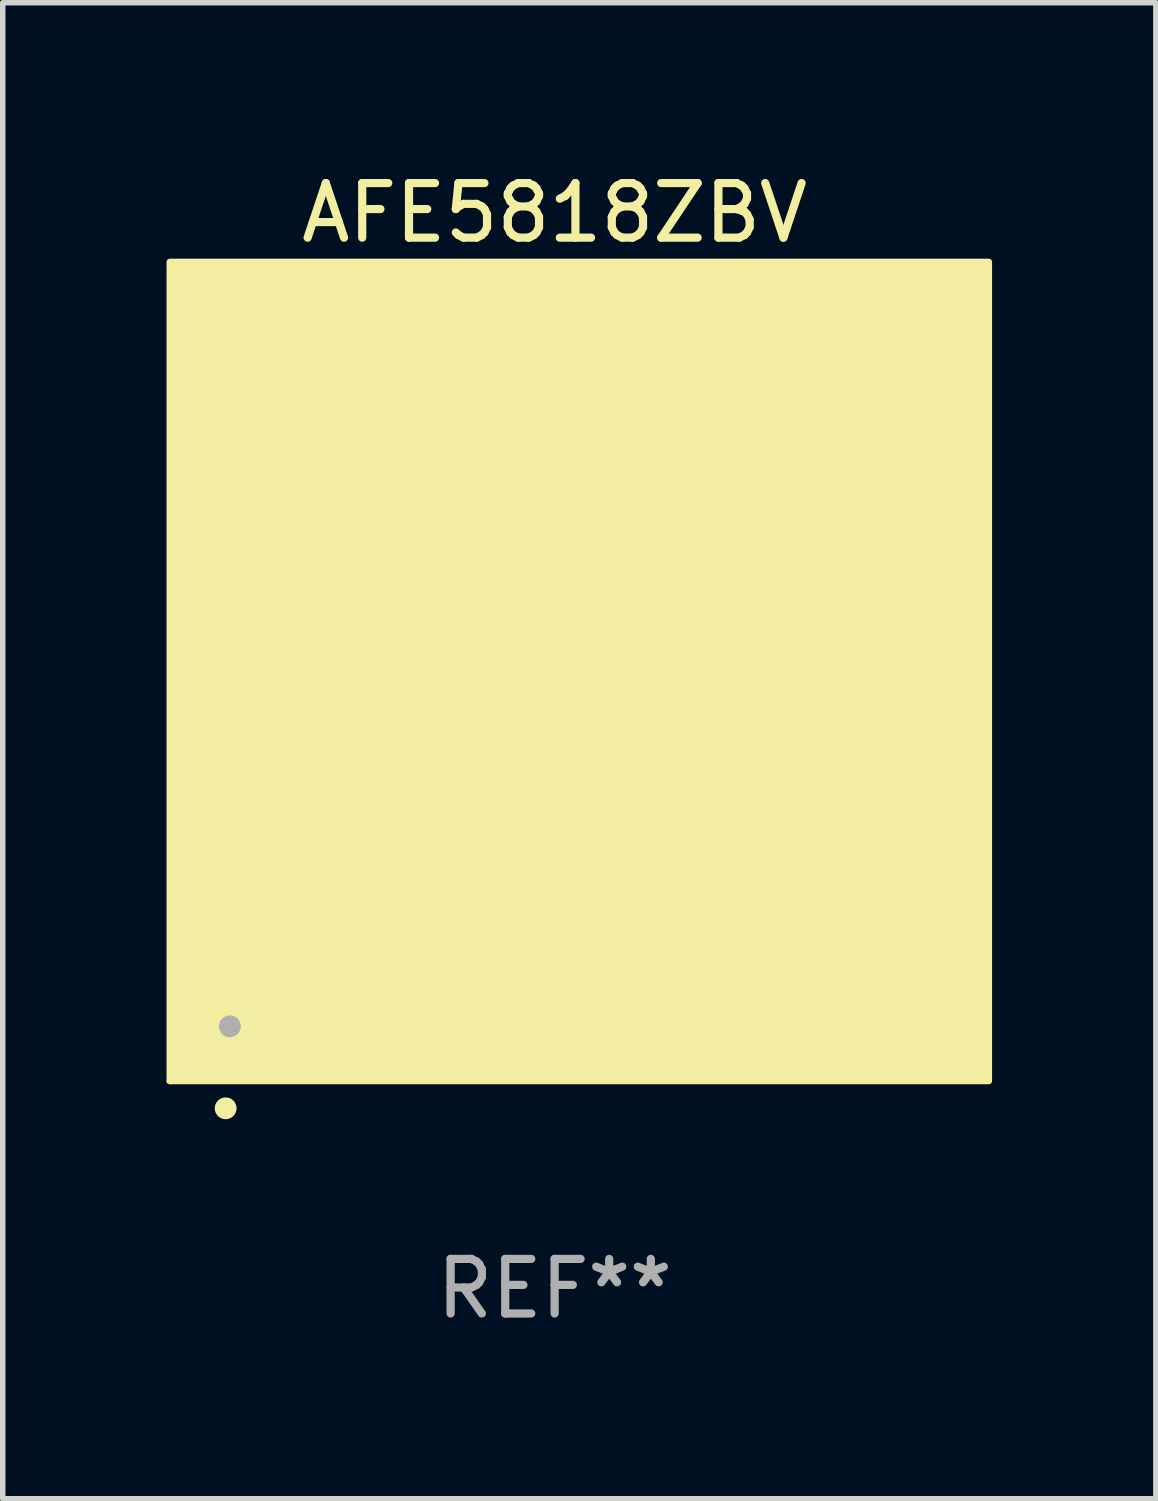
<source format=kicad_pcb>
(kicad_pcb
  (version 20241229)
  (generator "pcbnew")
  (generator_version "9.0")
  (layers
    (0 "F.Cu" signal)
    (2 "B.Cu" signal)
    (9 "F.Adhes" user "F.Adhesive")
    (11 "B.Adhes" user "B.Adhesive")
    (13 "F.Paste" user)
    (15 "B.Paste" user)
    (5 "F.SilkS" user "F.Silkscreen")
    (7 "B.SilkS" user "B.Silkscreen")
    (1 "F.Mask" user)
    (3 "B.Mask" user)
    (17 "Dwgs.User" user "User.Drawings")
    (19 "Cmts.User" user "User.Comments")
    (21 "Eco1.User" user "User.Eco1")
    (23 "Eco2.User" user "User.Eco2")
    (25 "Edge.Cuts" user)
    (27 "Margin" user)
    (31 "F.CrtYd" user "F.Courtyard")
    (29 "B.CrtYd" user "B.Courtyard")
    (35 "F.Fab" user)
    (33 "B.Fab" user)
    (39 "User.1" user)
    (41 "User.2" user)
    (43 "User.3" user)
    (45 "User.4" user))
  (footprint "AFE5818ZBV"
    (layer "F.Cu")
    (at 7.108 9.7)
    (property "Reference" "AFE5818ZBV" (at 0 -8.852 0) (layer "F.SilkS") (effects (font (size 1 1) (thickness 0.15))))
    (attr through_hole)
    (fp_line (start -6.852 6.143) (end -6.852 6.852) (stroke (width 0.152) (type solid)) (layer "F.SilkS"))
    (fp_line (start -6.852 6.852) (end -6.143 6.852) (stroke (width 0.152) (type solid)) (layer "F.SilkS"))
    (fp_circle (center -7.048 7.048) (end -7.018 7.048) (stroke (width 0.06) (type solid)) (fill no) (layer "F.SilkS"))
    (fp_circle (center -6.025 7.549) (end -5.925 7.549) (stroke (width 0.2) (type solid)) (fill no) (layer "F.SilkS"))
    (fp_poly (pts (xy -7.048 -7.952) (xy 7.952 -7.952) (xy 7.952 7.048) (xy -7.048 7.048)) (stroke (width 0.12) (type solid)) (fill yes) (layer "F.SilkS"))
    (fp_circle (center -5.948 6.048) (end -5.848 6.048) (stroke (width 0.2) (type solid)) (fill no) (layer "F.Fab"))
    (fp_text user "REF**" (at 0 10.852 0) (layer "F.Fab") (effects (font (size 1 1) (thickness 0.15))))
    (pad "A1" smd circle (at -5.948 5.948) (size 0.32 0.32) (layers "F.Cu" "F.Mask" "F.Paste"))
    (pad "A2" smd circle (at -5.948 5.148) (size 0.32 0.32) (layers "F.Cu" "F.Mask" "F.Paste"))
    (pad "A3" smd circle (at -5.948 4.348) (size 0.32 0.32) (layers "F.Cu" "F.Mask" "F.Paste"))
    (pad "A4" smd circle (at -5.948 3.548) (size 0.32 0.32) (layers "F.Cu" "F.Mask" "F.Paste"))
    (pad "A5" smd circle (at -5.948 2.748) (size 0.32 0.32) (layers "F.Cu" "F.Mask" "F.Paste"))
    (pad "A6" smd circle (at -5.948 1.948) (size 0.32 0.32) (layers "F.Cu" "F.Mask" "F.Paste"))
    (pad "A7" smd circle (at -5.948 1.148) (size 0.32 0.32) (layers "F.Cu" "F.Mask" "F.Paste"))
    (pad "A8" smd circle (at -5.948 0.348) (size 0.32 0.32) (layers "F.Cu" "F.Mask" "F.Paste"))
    (pad "A9" smd circle (at -5.948 -0.452) (size 0.32 0.32) (layers "F.Cu" "F.Mask" "F.Paste"))
    (pad "A10" smd circle (at -5.948 -1.252) (size 0.32 0.32) (layers "F.Cu" "F.Mask" "F.Paste"))
    (pad "A11" smd circle (at -5.948 -2.052) (size 0.32 0.32) (layers "F.Cu" "F.Mask" "F.Paste"))
    (pad "A12" smd circle (at -5.948 -2.852) (size 0.32 0.32) (layers "F.Cu" "F.Mask" "F.Paste"))
    (pad "A13" smd circle (at -5.948 -3.652) (size 0.32 0.32) (layers "F.Cu" "F.Mask" "F.Paste"))
    (pad "A14" smd circle (at -5.948 -4.452) (size 0.32 0.32) (layers "F.Cu" "F.Mask" "F.Paste"))
    (pad "A15" smd circle (at -5.948 -5.252) (size 0.32 0.32) (layers "F.Cu" "F.Mask" "F.Paste"))
    (pad "A16" smd circle (at -5.948 -6.052) (size 0.32 0.32) (layers "F.Cu" "F.Mask" "F.Paste"))
    (pad "A17" smd circle (at -5.948 -6.852) (size 0.32 0.32) (layers "F.Cu" "F.Mask" "F.Paste"))
    (pad "B1" smd circle (at -5.148 5.948) (size 0.32 0.32) (layers "F.Cu" "F.Mask" "F.Paste"))
    (pad "B2" smd circle (at -5.148 5.148) (size 0.32 0.32) (layers "F.Cu" "F.Mask" "F.Paste"))
    (pad "B3" smd circle (at -5.148 4.348) (size 0.32 0.32) (layers "F.Cu" "F.Mask" "F.Paste"))
    (pad "B4" smd circle (at -5.148 3.548) (size 0.32 0.32) (layers "F.Cu" "F.Mask" "F.Paste"))
    (pad "B5" smd circle (at -5.148 2.748) (size 0.32 0.32) (layers "F.Cu" "F.Mask" "F.Paste"))
    (pad "B6" smd circle (at -5.148 1.948) (size 0.32 0.32) (layers "F.Cu" "F.Mask" "F.Paste"))
    (pad "B7" smd circle (at -5.148 1.148) (size 0.32 0.32) (layers "F.Cu" "F.Mask" "F.Paste"))
    (pad "B8" smd circle (at -5.148 0.348) (size 0.32 0.32) (layers "F.Cu" "F.Mask" "F.Paste"))
    (pad "B9" smd circle (at -5.148 -0.452) (size 0.32 0.32) (layers "F.Cu" "F.Mask" "F.Paste"))
    (pad "B10" smd circle (at -5.148 -1.252) (size 0.32 0.32) (layers "F.Cu" "F.Mask" "F.Paste"))
    (pad "B11" smd circle (at -5.148 -2.052) (size 0.32 0.32) (layers "F.Cu" "F.Mask" "F.Paste"))
    (pad "B12" smd circle (at -5.148 -2.852) (size 0.32 0.32) (layers "F.Cu" "F.Mask" "F.Paste"))
    (pad "B13" smd circle (at -5.148 -3.652) (size 0.32 0.32) (layers "F.Cu" "F.Mask" "F.Paste"))
    (pad "B14" smd circle (at -5.148 -4.452) (size 0.32 0.32) (layers "F.Cu" "F.Mask" "F.Paste"))
    (pad "B15" smd circle (at -5.148 -5.252) (size 0.32 0.32) (layers "F.Cu" "F.Mask" "F.Paste"))
    (pad "B16" smd circle (at -5.148 -6.052) (size 0.32 0.32) (layers "F.Cu" "F.Mask" "F.Paste"))
    (pad "B17" smd circle (at -5.148 -6.852) (size 0.32 0.32) (layers "F.Cu" "F.Mask" "F.Paste"))
    (pad "C1" smd circle (at -4.348 5.948) (size 0.32 0.32) (layers "F.Cu" "F.Mask" "F.Paste"))
    (pad "C2" smd circle (at -4.348 5.148) (size 0.32 0.32) (layers "F.Cu" "F.Mask" "F.Paste"))
    (pad "C3" smd circle (at -4.348 4.348) (size 0.32 0.32) (layers "F.Cu" "F.Mask" "F.Paste"))
    (pad "C4" smd circle (at -4.348 3.548) (size 0.32 0.32) (layers "F.Cu" "F.Mask" "F.Paste"))
    (pad "C5" smd circle (at -4.348 2.748) (size 0.32 0.32) (layers "F.Cu" "F.Mask" "F.Paste"))
    (pad "C6" smd circle (at -4.348 1.948) (size 0.32 0.32) (layers "F.Cu" "F.Mask" "F.Paste"))
    (pad "C7" smd circle (at -4.348 1.148) (size 0.32 0.32) (layers "F.Cu" "F.Mask" "F.Paste"))
    (pad "C8" smd circle (at -4.348 0.348) (size 0.32 0.32) (layers "F.Cu" "F.Mask" "F.Paste"))
    (pad "C9" smd circle (at -4.348 -0.452) (size 0.32 0.32) (layers "F.Cu" "F.Mask" "F.Paste"))
    (pad "C10" smd circle (at -4.348 -1.252) (size 0.32 0.32) (layers "F.Cu" "F.Mask" "F.Paste"))
    (pad "C11" smd circle (at -4.348 -2.052) (size 0.32 0.32) (layers "F.Cu" "F.Mask" "F.Paste"))
    (pad "C12" smd circle (at -4.348 -2.852) (size 0.32 0.32) (layers "F.Cu" "F.Mask" "F.Paste"))
    (pad "C13" smd circle (at -4.348 -3.652) (size 0.32 0.32) (layers "F.Cu" "F.Mask" "F.Paste"))
    (pad "C14" smd circle (at -4.348 -4.452) (size 0.32 0.32) (layers "F.Cu" "F.Mask" "F.Paste"))
    (pad "C15" smd circle (at -4.348 -5.252) (size 0.32 0.32) (layers "F.Cu" "F.Mask" "F.Paste"))
    (pad "C16" smd circle (at -4.348 -6.052) (size 0.32 0.32) (layers "F.Cu" "F.Mask" "F.Paste"))
    (pad "C17" smd circle (at -4.348 -6.852) (size 0.32 0.32) (layers "F.Cu" "F.Mask" "F.Paste"))
    (pad "D1" smd circle (at -3.548 5.948) (size 0.32 0.32) (layers "F.Cu" "F.Mask" "F.Paste"))
    (pad "D2" smd circle (at -3.548 5.148) (size 0.32 0.32) (layers "F.Cu" "F.Mask" "F.Paste"))
    (pad "D3" smd circle (at -3.548 4.348) (size 0.32 0.32) (layers "F.Cu" "F.Mask" "F.Paste"))
    (pad "D4" smd circle (at -3.548 3.548) (size 0.32 0.32) (layers "F.Cu" "F.Mask" "F.Paste"))
    (pad "D5" smd circle (at -3.548 2.748) (size 0.32 0.32) (layers "F.Cu" "F.Mask" "F.Paste"))
    (pad "D6" smd circle (at -3.548 1.948) (size 0.32 0.32) (layers "F.Cu" "F.Mask" "F.Paste"))
    (pad "D7" smd circle (at -3.548 1.148) (size 0.32 0.32) (layers "F.Cu" "F.Mask" "F.Paste"))
    (pad "D8" smd circle (at -3.548 0.348) (size 0.32 0.32) (layers "F.Cu" "F.Mask" "F.Paste"))
    (pad "D9" smd circle (at -3.548 -0.452) (size 0.32 0.32) (layers "F.Cu" "F.Mask" "F.Paste"))
    (pad "D10" smd circle (at -3.548 -1.252) (size 0.32 0.32) (layers "F.Cu" "F.Mask" "F.Paste"))
    (pad "D11" smd circle (at -3.548 -2.052) (size 0.32 0.32) (layers "F.Cu" "F.Mask" "F.Paste"))
    (pad "D12" smd circle (at -3.548 -2.852) (size 0.32 0.32) (layers "F.Cu" "F.Mask" "F.Paste"))
    (pad "D13" smd circle (at -3.548 -3.652) (size 0.32 0.32) (layers "F.Cu" "F.Mask" "F.Paste"))
    (pad "D14" smd circle (at -3.548 -4.452) (size 0.32 0.32) (layers "F.Cu" "F.Mask" "F.Paste"))
    (pad "D15" smd circle (at -3.548 -5.252) (size 0.32 0.32) (layers "F.Cu" "F.Mask" "F.Paste"))
    (pad "D16" smd circle (at -3.548 -6.052) (size 0.32 0.32) (layers "F.Cu" "F.Mask" "F.Paste"))
    (pad "D17" smd circle (at -3.548 -6.852) (size 0.32 0.32) (layers "F.Cu" "F.Mask" "F.Paste"))
    (pad "E1" smd circle (at -2.748 5.948) (size 0.32 0.32) (layers "F.Cu" "F.Mask" "F.Paste"))
    (pad "E2" smd circle (at -2.748 5.148) (size 0.32 0.32) (layers "F.Cu" "F.Mask" "F.Paste"))
    (pad "E3" smd circle (at -2.748 4.348) (size 0.32 0.32) (layers "F.Cu" "F.Mask" "F.Paste"))
    (pad "E4" smd circle (at -2.748 3.548) (size 0.32 0.32) (layers "F.Cu" "F.Mask" "F.Paste"))
    (pad "E5" smd circle (at -2.748 2.748) (size 0.32 0.32) (layers "F.Cu" "F.Mask" "F.Paste"))
    (pad "E6" smd circle (at -2.748 1.948) (size 0.32 0.32) (layers "F.Cu" "F.Mask" "F.Paste"))
    (pad "E7" smd circle (at -2.748 1.148) (size 0.32 0.32) (layers "F.Cu" "F.Mask" "F.Paste"))
    (pad "E8" smd circle (at -2.748 0.348) (size 0.32 0.32) (layers "F.Cu" "F.Mask" "F.Paste"))
    (pad "E9" smd circle (at -2.748 -0.452) (size 0.32 0.32) (layers "F.Cu" "F.Mask" "F.Paste"))
    (pad "E10" smd circle (at -2.748 -1.252) (size 0.32 0.32) (layers "F.Cu" "F.Mask" "F.Paste"))
    (pad "E11" smd circle (at -2.748 -2.052) (size 0.32 0.32) (layers "F.Cu" "F.Mask" "F.Paste"))
    (pad "E12" smd circle (at -2.748 -2.852) (size 0.32 0.32) (layers "F.Cu" "F.Mask" "F.Paste"))
    (pad "E13" smd circle (at -2.748 -3.652) (size 0.32 0.32) (layers "F.Cu" "F.Mask" "F.Paste"))
    (pad "E14" smd circle (at -2.748 -4.452) (size 0.32 0.32) (layers "F.Cu" "F.Mask" "F.Paste"))
    (pad "E15" smd circle (at -2.748 -5.252) (size 0.32 0.32) (layers "F.Cu" "F.Mask" "F.Paste"))
    (pad "E16" smd circle (at -2.748 -6.052) (size 0.32 0.32) (layers "F.Cu" "F.Mask" "F.Paste"))
    (pad "E17" smd circle (at -2.748 -6.852) (size 0.32 0.32) (layers "F.Cu" "F.Mask" "F.Paste"))
    (pad "F1" smd circle (at -1.948 5.948) (size 0.32 0.32) (layers "F.Cu" "F.Mask" "F.Paste"))
    (pad "F2" smd circle (at -1.948 5.148) (size 0.32 0.32) (layers "F.Cu" "F.Mask" "F.Paste"))
    (pad "F3" smd circle (at -1.948 4.348) (size 0.32 0.32) (layers "F.Cu" "F.Mask" "F.Paste"))
    (pad "F4" smd circle (at -1.948 3.548) (size 0.32 0.32) (layers "F.Cu" "F.Mask" "F.Paste"))
    (pad "F5" smd circle (at -1.948 2.748) (size 0.32 0.32) (layers "F.Cu" "F.Mask" "F.Paste"))
    (pad "F6" smd circle (at -1.948 1.948) (size 0.32 0.32) (layers "F.Cu" "F.Mask" "F.Paste"))
    (pad "F7" smd circle (at -1.948 1.148) (size 0.32 0.32) (layers "F.Cu" "F.Mask" "F.Paste"))
    (pad "F8" smd circle (at -1.948 0.348) (size 0.32 0.32) (layers "F.Cu" "F.Mask" "F.Paste"))
    (pad "F9" smd circle (at -1.948 -0.452) (size 0.32 0.32) (layers "F.Cu" "F.Mask" "F.Paste"))
    (pad "F10" smd circle (at -1.948 -1.252) (size 0.32 0.32) (layers "F.Cu" "F.Mask" "F.Paste"))
    (pad "F11" smd circle (at -1.948 -2.052) (size 0.32 0.32) (layers "F.Cu" "F.Mask" "F.Paste"))
    (pad "F12" smd circle (at -1.948 -2.852) (size 0.32 0.32) (layers "F.Cu" "F.Mask" "F.Paste"))
    (pad "F13" smd circle (at -1.948 -3.652) (size 0.32 0.32) (layers "F.Cu" "F.Mask" "F.Paste"))
    (pad "F14" smd circle (at -1.948 -4.452) (size 0.32 0.32) (layers "F.Cu" "F.Mask" "F.Paste"))
    (pad "F15" smd circle (at -1.948 -5.252) (size 0.32 0.32) (layers "F.Cu" "F.Mask" "F.Paste"))
    (pad "F16" smd circle (at -1.948 -6.052) (size 0.32 0.32) (layers "F.Cu" "F.Mask" "F.Paste"))
    (pad "F17" smd circle (at -1.948 -6.852) (size 0.32 0.32) (layers "F.Cu" "F.Mask" "F.Paste"))
    (pad "G1" smd circle (at -1.148 5.948) (size 0.32 0.32) (layers "F.Cu" "F.Mask" "F.Paste"))
    (pad "G2" smd circle (at -1.148 5.148) (size 0.32 0.32) (layers "F.Cu" "F.Mask" "F.Paste"))
    (pad "G3" smd circle (at -1.148 4.348) (size 0.32 0.32) (layers "F.Cu" "F.Mask" "F.Paste"))
    (pad "G4" smd circle (at -1.148 3.548) (size 0.32 0.32) (layers "F.Cu" "F.Mask" "F.Paste"))
    (pad "G5" smd circle (at -1.148 2.748) (size 0.32 0.32) (layers "F.Cu" "F.Mask" "F.Paste"))
    (pad "G6" smd circle (at -1.148 1.948) (size 0.32 0.32) (layers "F.Cu" "F.Mask" "F.Paste"))
    (pad "G7" smd circle (at -1.148 1.148) (size 0.32 0.32) (layers "F.Cu" "F.Mask" "F.Paste"))
    (pad "G8" smd circle (at -1.148 0.348) (size 0.32 0.32) (layers "F.Cu" "F.Mask" "F.Paste"))
    (pad "G9" smd circle (at -1.148 -0.452) (size 0.32 0.32) (layers "F.Cu" "F.Mask" "F.Paste"))
    (pad "G10" smd circle (at -1.148 -1.252) (size 0.32 0.32) (layers "F.Cu" "F.Mask" "F.Paste"))
    (pad "G11" smd circle (at -1.148 -2.052) (size 0.32 0.32) (layers "F.Cu" "F.Mask" "F.Paste"))
    (pad "G12" smd circle (at -1.148 -2.852) (size 0.32 0.32) (layers "F.Cu" "F.Mask" "F.Paste"))
    (pad "G13" smd circle (at -1.148 -3.652) (size 0.32 0.32) (layers "F.Cu" "F.Mask" "F.Paste"))
    (pad "G14" smd circle (at -1.148 -4.452) (size 0.32 0.32) (layers "F.Cu" "F.Mask" "F.Paste"))
    (pad "G15" smd circle (at -1.148 -5.252) (size 0.32 0.32) (layers "F.Cu" "F.Mask" "F.Paste"))
    (pad "G16" smd circle (at -1.148 -6.052) (size 0.32 0.32) (layers "F.Cu" "F.Mask" "F.Paste"))
    (pad "G17" smd circle (at -1.148 -6.852) (size 0.32 0.32) (layers "F.Cu" "F.Mask" "F.Paste"))
    (pad "H1" smd circle (at -0.348 5.948) (size 0.32 0.32) (layers "F.Cu" "F.Mask" "F.Paste"))
    (pad "H2" smd circle (at -0.348 5.148) (size 0.32 0.32) (layers "F.Cu" "F.Mask" "F.Paste"))
    (pad "H3" smd circle (at -0.348 4.348) (size 0.32 0.32) (layers "F.Cu" "F.Mask" "F.Paste"))
    (pad "H4" smd circle (at -0.348 3.548) (size 0.32 0.32) (layers "F.Cu" "F.Mask" "F.Paste"))
    (pad "H5" smd circle (at -0.348 2.748) (size 0.32 0.32) (layers "F.Cu" "F.Mask" "F.Paste"))
    (pad "H6" smd circle (at -0.348 1.948) (size 0.32 0.32) (layers "F.Cu" "F.Mask" "F.Paste"))
    (pad "H7" smd circle (at -0.348 1.148) (size 0.32 0.32) (layers "F.Cu" "F.Mask" "F.Paste"))
    (pad "H8" smd circle (at -0.348 0.348) (size 0.32 0.32) (layers "F.Cu" "F.Mask" "F.Paste"))
    (pad "H9" smd circle (at -0.348 -0.452) (size 0.32 0.32) (layers "F.Cu" "F.Mask" "F.Paste"))
    (pad "H10" smd circle (at -0.348 -1.252) (size 0.32 0.32) (layers "F.Cu" "F.Mask" "F.Paste"))
    (pad "H11" smd circle (at -0.348 -2.052) (size 0.32 0.32) (layers "F.Cu" "F.Mask" "F.Paste"))
    (pad "H12" smd circle (at -0.348 -2.852) (size 0.32 0.32) (layers "F.Cu" "F.Mask" "F.Paste"))
    (pad "H13" smd circle (at -0.348 -3.652) (size 0.32 0.32) (layers "F.Cu" "F.Mask" "F.Paste"))
    (pad "H14" smd circle (at -0.348 -4.452) (size 0.32 0.32) (layers "F.Cu" "F.Mask" "F.Paste"))
    (pad "H15" smd circle (at -0.348 -5.252) (size 0.32 0.32) (layers "F.Cu" "F.Mask" "F.Paste"))
    (pad "H16" smd circle (at -0.348 -6.052) (size 0.32 0.32) (layers "F.Cu" "F.Mask" "F.Paste"))
    (pad "H17" smd circle (at -0.348 -6.852) (size 0.32 0.32) (layers "F.Cu" "F.Mask" "F.Paste"))
    (pad "J1" smd circle (at 0.452 5.948) (size 0.32 0.32) (layers "F.Cu" "F.Mask" "F.Paste"))
    (pad "J2" smd circle (at 0.452 5.148) (size 0.32 0.32) (layers "F.Cu" "F.Mask" "F.Paste"))
    (pad "J3" smd circle (at 0.452 4.348) (size 0.32 0.32) (layers "F.Cu" "F.Mask" "F.Paste"))
    (pad "J4" smd circle (at 0.452 3.548) (size 0.32 0.32) (layers "F.Cu" "F.Mask" "F.Paste"))
    (pad "J5" smd circle (at 0.452 2.748) (size 0.32 0.32) (layers "F.Cu" "F.Mask" "F.Paste"))
    (pad "J6" smd circle (at 0.452 1.948) (size 0.32 0.32) (layers "F.Cu" "F.Mask" "F.Paste"))
    (pad "J7" smd circle (at 0.452 1.148) (size 0.32 0.32) (layers "F.Cu" "F.Mask" "F.Paste"))
    (pad "J8" smd circle (at 0.452 0.348) (size 0.32 0.32) (layers "F.Cu" "F.Mask" "F.Paste"))
    (pad "J9" smd circle (at 0.452 -0.452) (size 0.32 0.32) (layers "F.Cu" "F.Mask" "F.Paste"))
    (pad "J10" smd circle (at 0.452 -1.252) (size 0.32 0.32) (layers "F.Cu" "F.Mask" "F.Paste"))
    (pad "J11" smd circle (at 0.452 -2.052) (size 0.32 0.32) (layers "F.Cu" "F.Mask" "F.Paste"))
    (pad "J12" smd circle (at 0.452 -2.852) (size 0.32 0.32) (layers "F.Cu" "F.Mask" "F.Paste"))
    (pad "J13" smd circle (at 0.452 -3.652) (size 0.32 0.32) (layers "F.Cu" "F.Mask" "F.Paste"))
    (pad "J14" smd circle (at 0.452 -4.452) (size 0.32 0.32) (layers "F.Cu" "F.Mask" "F.Paste"))
    (pad "J15" smd circle (at 0.452 -5.252) (size 0.32 0.32) (layers "F.Cu" "F.Mask" "F.Paste"))
    (pad "J16" smd circle (at 0.452 -6.052) (size 0.32 0.32) (layers "F.Cu" "F.Mask" "F.Paste"))
    (pad "J17" smd circle (at 0.452 -6.852) (size 0.32 0.32) (layers "F.Cu" "F.Mask" "F.Paste"))
    (pad "K1" smd circle (at 1.252 5.948) (size 0.32 0.32) (layers "F.Cu" "F.Mask" "F.Paste"))
    (pad "K2" smd circle (at 1.252 5.148) (size 0.32 0.32) (layers "F.Cu" "F.Mask" "F.Paste"))
    (pad "K3" smd circle (at 1.252 4.348) (size 0.32 0.32) (layers "F.Cu" "F.Mask" "F.Paste"))
    (pad "K4" smd circle (at 1.252 3.548) (size 0.32 0.32) (layers "F.Cu" "F.Mask" "F.Paste"))
    (pad "K5" smd circle (at 1.252 2.748) (size 0.32 0.32) (layers "F.Cu" "F.Mask" "F.Paste"))
    (pad "K6" smd circle (at 1.252 1.948) (size 0.32 0.32) (layers "F.Cu" "F.Mask" "F.Paste"))
    (pad "K7" smd circle (at 1.252 1.148) (size 0.32 0.32) (layers "F.Cu" "F.Mask" "F.Paste"))
    (pad "K8" smd circle (at 1.252 0.348) (size 0.32 0.32) (layers "F.Cu" "F.Mask" "F.Paste"))
    (pad "K9" smd circle (at 1.252 -0.452) (size 0.32 0.32) (layers "F.Cu" "F.Mask" "F.Paste"))
    (pad "K10" smd circle (at 1.252 -1.252) (size 0.32 0.32) (layers "F.Cu" "F.Mask" "F.Paste"))
    (pad "K11" smd circle (at 1.252 -2.052) (size 0.32 0.32) (layers "F.Cu" "F.Mask" "F.Paste"))
    (pad "K12" smd circle (at 1.252 -2.852) (size 0.32 0.32) (layers "F.Cu" "F.Mask" "F.Paste"))
    (pad "K13" smd circle (at 1.252 -3.652) (size 0.32 0.32) (layers "F.Cu" "F.Mask" "F.Paste"))
    (pad "K14" smd circle (at 1.252 -4.452) (size 0.32 0.32) (layers "F.Cu" "F.Mask" "F.Paste"))
    (pad "K15" smd circle (at 1.252 -5.252) (size 0.32 0.32) (layers "F.Cu" "F.Mask" "F.Paste"))
    (pad "K16" smd circle (at 1.252 -6.052) (size 0.32 0.32) (layers "F.Cu" "F.Mask" "F.Paste"))
    (pad "K17" smd circle (at 1.252 -6.852) (size 0.32 0.32) (layers "F.Cu" "F.Mask" "F.Paste"))
    (pad "L1" smd circle (at 2.052 5.948) (size 0.32 0.32) (layers "F.Cu" "F.Mask" "F.Paste"))
    (pad "L2" smd circle (at 2.052 5.148) (size 0.32 0.32) (layers "F.Cu" "F.Mask" "F.Paste"))
    (pad "L3" smd circle (at 2.052 4.348) (size 0.32 0.32) (layers "F.Cu" "F.Mask" "F.Paste"))
    (pad "L4" smd circle (at 2.052 3.548) (size 0.32 0.32) (layers "F.Cu" "F.Mask" "F.Paste"))
    (pad "L5" smd circle (at 2.052 2.748) (size 0.32 0.32) (layers "F.Cu" "F.Mask" "F.Paste"))
    (pad "L6" smd circle (at 2.052 1.948) (size 0.32 0.32) (layers "F.Cu" "F.Mask" "F.Paste"))
    (pad "L7" smd circle (at 2.052 1.148) (size 0.32 0.32) (layers "F.Cu" "F.Mask" "F.Paste"))
    (pad "L8" smd circle (at 2.052 0.348) (size 0.32 0.32) (layers "F.Cu" "F.Mask" "F.Paste"))
    (pad "L9" smd circle (at 2.052 -0.452) (size 0.32 0.32) (layers "F.Cu" "F.Mask" "F.Paste"))
    (pad "L10" smd circle (at 2.052 -1.252) (size 0.32 0.32) (layers "F.Cu" "F.Mask" "F.Paste"))
    (pad "L11" smd circle (at 2.052 -2.052) (size 0.32 0.32) (layers "F.Cu" "F.Mask" "F.Paste"))
    (pad "L12" smd circle (at 2.052 -2.852) (size 0.32 0.32) (layers "F.Cu" "F.Mask" "F.Paste"))
    (pad "L13" smd circle (at 2.052 -3.652) (size 0.32 0.32) (layers "F.Cu" "F.Mask" "F.Paste"))
    (pad "L14" smd circle (at 2.052 -4.452) (size 0.32 0.32) (layers "F.Cu" "F.Mask" "F.Paste"))
    (pad "L15" smd circle (at 2.052 -5.252) (size 0.32 0.32) (layers "F.Cu" "F.Mask" "F.Paste"))
    (pad "L16" smd circle (at 2.052 -6.052) (size 0.32 0.32) (layers "F.Cu" "F.Mask" "F.Paste"))
    (pad "L17" smd circle (at 2.052 -6.852) (size 0.32 0.32) (layers "F.Cu" "F.Mask" "F.Paste"))
    (pad "M1" smd circle (at 2.852 5.948) (size 0.32 0.32) (layers "F.Cu" "F.Mask" "F.Paste"))
    (pad "M2" smd circle (at 2.852 5.148) (size 0.32 0.32) (layers "F.Cu" "F.Mask" "F.Paste"))
    (pad "M3" smd circle (at 2.852 4.348) (size 0.32 0.32) (layers "F.Cu" "F.Mask" "F.Paste"))
    (pad "M4" smd circle (at 2.852 3.548) (size 0.32 0.32) (layers "F.Cu" "F.Mask" "F.Paste"))
    (pad "M5" smd circle (at 2.852 2.748) (size 0.32 0.32) (layers "F.Cu" "F.Mask" "F.Paste"))
    (pad "M6" smd circle (at 2.852 1.948) (size 0.32 0.32) (layers "F.Cu" "F.Mask" "F.Paste"))
    (pad "M7" smd circle (at 2.852 1.148) (size 0.32 0.32) (layers "F.Cu" "F.Mask" "F.Paste"))
    (pad "M8" smd circle (at 2.852 0.348) (size 0.32 0.32) (layers "F.Cu" "F.Mask" "F.Paste"))
    (pad "M9" smd circle (at 2.852 -0.452) (size 0.32 0.32) (layers "F.Cu" "F.Mask" "F.Paste"))
    (pad "M10" smd circle (at 2.852 -1.252) (size 0.32 0.32) (layers "F.Cu" "F.Mask" "F.Paste"))
    (pad "M11" smd circle (at 2.852 -2.052) (size 0.32 0.32) (layers "F.Cu" "F.Mask" "F.Paste"))
    (pad "M12" smd circle (at 2.852 -2.852) (size 0.32 0.32) (layers "F.Cu" "F.Mask" "F.Paste"))
    (pad "M13" smd circle (at 2.852 -3.652) (size 0.32 0.32) (layers "F.Cu" "F.Mask" "F.Paste"))
    (pad "M14" smd circle (at 2.852 -4.452) (size 0.32 0.32) (layers "F.Cu" "F.Mask" "F.Paste"))
    (pad "M15" smd circle (at 2.852 -5.252) (size 0.32 0.32) (layers "F.Cu" "F.Mask" "F.Paste"))
    (pad "M16" smd circle (at 2.852 -6.052) (size 0.32 0.32) (layers "F.Cu" "F.Mask" "F.Paste"))
    (pad "M17" smd circle (at 2.852 -6.852) (size 0.32 0.32) (layers "F.Cu" "F.Mask" "F.Paste"))
    (pad "N1" smd circle (at 3.652 5.948) (size 0.32 0.32) (layers "F.Cu" "F.Mask" "F.Paste"))
    (pad "N2" smd circle (at 3.652 5.148) (size 0.32 0.32) (layers "F.Cu" "F.Mask" "F.Paste"))
    (pad "N3" smd circle (at 3.652 4.348) (size 0.32 0.32) (layers "F.Cu" "F.Mask" "F.Paste"))
    (pad "N4" smd circle (at 3.652 3.548) (size 0.32 0.32) (layers "F.Cu" "F.Mask" "F.Paste"))
    (pad "N5" smd circle (at 3.652 2.748) (size 0.32 0.32) (layers "F.Cu" "F.Mask" "F.Paste"))
    (pad "N6" smd circle (at 3.652 1.948) (size 0.32 0.32) (layers "F.Cu" "F.Mask" "F.Paste"))
    (pad "N7" smd circle (at 3.652 1.148) (size 0.32 0.32) (layers "F.Cu" "F.Mask" "F.Paste"))
    (pad "N8" smd circle (at 3.652 0.348) (size 0.32 0.32) (layers "F.Cu" "F.Mask" "F.Paste"))
    (pad "N9" smd circle (at 3.652 -0.452) (size 0.32 0.32) (layers "F.Cu" "F.Mask" "F.Paste"))
    (pad "N10" smd circle (at 3.652 -1.252) (size 0.32 0.32) (layers "F.Cu" "F.Mask" "F.Paste"))
    (pad "N11" smd circle (at 3.652 -2.052) (size 0.32 0.32) (layers "F.Cu" "F.Mask" "F.Paste"))
    (pad "N12" smd circle (at 3.652 -2.852) (size 0.32 0.32) (layers "F.Cu" "F.Mask" "F.Paste"))
    (pad "N13" smd circle (at 3.652 -3.652) (size 0.32 0.32) (layers "F.Cu" "F.Mask" "F.Paste"))
    (pad "N14" smd circle (at 3.652 -4.452) (size 0.32 0.32) (layers "F.Cu" "F.Mask" "F.Paste"))
    (pad "N15" smd circle (at 3.652 -5.252) (size 0.32 0.32) (layers "F.Cu" "F.Mask" "F.Paste"))
    (pad "N16" smd circle (at 3.652 -6.052) (size 0.32 0.32) (layers "F.Cu" "F.Mask" "F.Paste"))
    (pad "N17" smd circle (at 3.652 -6.852) (size 0.32 0.32) (layers "F.Cu" "F.Mask" "F.Paste"))
    (pad "P1" smd circle (at 4.452 5.948) (size 0.32 0.32) (layers "F.Cu" "F.Mask" "F.Paste"))
    (pad "P2" smd circle (at 4.452 5.148) (size 0.32 0.32) (layers "F.Cu" "F.Mask" "F.Paste"))
    (pad "P3" smd circle (at 4.452 4.348) (size 0.32 0.32) (layers "F.Cu" "F.Mask" "F.Paste"))
    (pad "P4" smd circle (at 4.452 3.548) (size 0.32 0.32) (layers "F.Cu" "F.Mask" "F.Paste"))
    (pad "P5" smd circle (at 4.452 2.748) (size 0.32 0.32) (layers "F.Cu" "F.Mask" "F.Paste"))
    (pad "P6" smd circle (at 4.452 1.948) (size 0.32 0.32) (layers "F.Cu" "F.Mask" "F.Paste"))
    (pad "P7" smd circle (at 4.452 1.148) (size 0.32 0.32) (layers "F.Cu" "F.Mask" "F.Paste"))
    (pad "P8" smd circle (at 4.452 0.348) (size 0.32 0.32) (layers "F.Cu" "F.Mask" "F.Paste"))
    (pad "P9" smd circle (at 4.452 -0.452) (size 0.32 0.32) (layers "F.Cu" "F.Mask" "F.Paste"))
    (pad "P10" smd circle (at 4.452 -1.252) (size 0.32 0.32) (layers "F.Cu" "F.Mask" "F.Paste"))
    (pad "P11" smd circle (at 4.452 -2.052) (size 0.32 0.32) (layers "F.Cu" "F.Mask" "F.Paste"))
    (pad "P12" smd circle (at 4.452 -2.852) (size 0.32 0.32) (layers "F.Cu" "F.Mask" "F.Paste"))
    (pad "P13" smd circle (at 4.452 -3.652) (size 0.32 0.32) (layers "F.Cu" "F.Mask" "F.Paste"))
    (pad "P14" smd circle (at 4.452 -4.452) (size 0.32 0.32) (layers "F.Cu" "F.Mask" "F.Paste"))
    (pad "P15" smd circle (at 4.452 -5.252) (size 0.32 0.32) (layers "F.Cu" "F.Mask" "F.Paste"))
    (pad "P16" smd circle (at 4.452 -6.052) (size 0.32 0.32) (layers "F.Cu" "F.Mask" "F.Paste"))
    (pad "P17" smd circle (at 4.452 -6.852) (size 0.32 0.32) (layers "F.Cu" "F.Mask" "F.Paste"))
    (pad "R1" smd circle (at 5.252 5.948) (size 0.32 0.32) (layers "F.Cu" "F.Mask" "F.Paste"))
    (pad "R2" smd circle (at 5.252 5.148) (size 0.32 0.32) (layers "F.Cu" "F.Mask" "F.Paste"))
    (pad "R3" smd circle (at 5.252 4.348) (size 0.32 0.32) (layers "F.Cu" "F.Mask" "F.Paste"))
    (pad "R4" smd circle (at 5.252 3.548) (size 0.32 0.32) (layers "F.Cu" "F.Mask" "F.Paste"))
    (pad "R5" smd circle (at 5.252 2.748) (size 0.32 0.32) (layers "F.Cu" "F.Mask" "F.Paste"))
    (pad "R6" smd circle (at 5.252 1.948) (size 0.32 0.32) (layers "F.Cu" "F.Mask" "F.Paste"))
    (pad "R7" smd circle (at 5.252 1.148) (size 0.32 0.32) (layers "F.Cu" "F.Mask" "F.Paste"))
    (pad "R8" smd circle (at 5.252 0.348) (size 0.32 0.32) (layers "F.Cu" "F.Mask" "F.Paste"))
    (pad "R9" smd circle (at 5.252 -0.452) (size 0.32 0.32) (layers "F.Cu" "F.Mask" "F.Paste"))
    (pad "R10" smd circle (at 5.252 -1.252) (size 0.32 0.32) (layers "F.Cu" "F.Mask" "F.Paste"))
    (pad "R11" smd circle (at 5.252 -2.052) (size 0.32 0.32) (layers "F.Cu" "F.Mask" "F.Paste"))
    (pad "R12" smd circle (at 5.252 -2.852) (size 0.32 0.32) (layers "F.Cu" "F.Mask" "F.Paste"))
    (pad "R13" smd circle (at 5.252 -3.652) (size 0.32 0.32) (layers "F.Cu" "F.Mask" "F.Paste"))
    (pad "R14" smd circle (at 5.252 -4.452) (size 0.32 0.32) (layers "F.Cu" "F.Mask" "F.Paste"))
    (pad "R15" smd circle (at 5.252 -5.252) (size 0.32 0.32) (layers "F.Cu" "F.Mask" "F.Paste"))
    (pad "R16" smd circle (at 5.252 -6.052) (size 0.32 0.32) (layers "F.Cu" "F.Mask" "F.Paste"))
    (pad "R17" smd circle (at 5.252 -6.852) (size 0.32 0.32) (layers "F.Cu" "F.Mask" "F.Paste"))
    (pad "T1" smd circle (at 6.052 5.948) (size 0.32 0.32) (layers "F.Cu" "F.Mask" "F.Paste"))
    (pad "T2" smd circle (at 6.052 5.148) (size 0.32 0.32) (layers "F.Cu" "F.Mask" "F.Paste"))
    (pad "T3" smd circle (at 6.052 4.348) (size 0.32 0.32) (layers "F.Cu" "F.Mask" "F.Paste"))
    (pad "T4" smd circle (at 6.052 3.548) (size 0.32 0.32) (layers "F.Cu" "F.Mask" "F.Paste"))
    (pad "T5" smd circle (at 6.052 2.748) (size 0.32 0.32) (layers "F.Cu" "F.Mask" "F.Paste"))
    (pad "T6" smd circle (at 6.052 1.948) (size 0.32 0.32) (layers "F.Cu" "F.Mask" "F.Paste"))
    (pad "T7" smd circle (at 6.052 1.148) (size 0.32 0.32) (layers "F.Cu" "F.Mask" "F.Paste"))
    (pad "T8" smd circle (at 6.052 0.348) (size 0.32 0.32) (layers "F.Cu" "F.Mask" "F.Paste"))
    (pad "T9" smd circle (at 6.052 -0.452) (size 0.32 0.32) (layers "F.Cu" "F.Mask" "F.Paste"))
    (pad "T10" smd circle (at 6.052 -1.252) (size 0.32 0.32) (layers "F.Cu" "F.Mask" "F.Paste"))
    (pad "T11" smd circle (at 6.052 -2.052) (size 0.32 0.32) (layers "F.Cu" "F.Mask" "F.Paste"))
    (pad "T12" smd circle (at 6.052 -2.852) (size 0.32 0.32) (layers "F.Cu" "F.Mask" "F.Paste"))
    (pad "T13" smd circle (at 6.052 -3.652) (size 0.32 0.32) (layers "F.Cu" "F.Mask" "F.Paste"))
    (pad "T14" smd circle (at 6.052 -4.452) (size 0.32 0.32) (layers "F.Cu" "F.Mask" "F.Paste"))
    (pad "T15" smd circle (at 6.052 -5.252) (size 0.32 0.32) (layers "F.Cu" "F.Mask" "F.Paste"))
    (pad "T16" smd circle (at 6.052 -6.052) (size 0.32 0.32) (layers "F.Cu" "F.Mask" "F.Paste"))
    (pad "T17" smd circle (at 6.052 -6.852) (size 0.32 0.32) (layers "F.Cu" "F.Mask" "F.Paste"))
    (pad "U1" smd circle (at 6.852 5.948) (size 0.32 0.32) (layers "F.Cu" "F.Mask" "F.Paste"))
    (pad "U2" smd circle (at 6.852 5.148) (size 0.32 0.32) (layers "F.Cu" "F.Mask" "F.Paste"))
    (pad "U3" smd circle (at 6.852 4.348) (size 0.32 0.32) (layers "F.Cu" "F.Mask" "F.Paste"))
    (pad "U4" smd circle (at 6.852 3.548) (size 0.32 0.32) (layers "F.Cu" "F.Mask" "F.Paste"))
    (pad "U5" smd circle (at 6.852 2.748) (size 0.32 0.32) (layers "F.Cu" "F.Mask" "F.Paste"))
    (pad "U6" smd circle (at 6.852 1.948) (size 0.32 0.32) (layers "F.Cu" "F.Mask" "F.Paste"))
    (pad "U7" smd circle (at 6.852 1.148) (size 0.32 0.32) (layers "F.Cu" "F.Mask" "F.Paste"))
    (pad "U8" smd circle (at 6.852 0.348) (size 0.32 0.32) (layers "F.Cu" "F.Mask" "F.Paste"))
    (pad "U9" smd circle (at 6.852 -0.452) (size 0.32 0.32) (layers "F.Cu" "F.Mask" "F.Paste"))
    (pad "U10" smd circle (at 6.852 -1.252) (size 0.32 0.32) (layers "F.Cu" "F.Mask" "F.Paste"))
    (pad "U11" smd circle (at 6.852 -2.052) (size 0.32 0.32) (layers "F.Cu" "F.Mask" "F.Paste"))
    (pad "U12" smd circle (at 6.852 -2.852) (size 0.32 0.32) (layers "F.Cu" "F.Mask" "F.Paste"))
    (pad "U13" smd circle (at 6.852 -3.652) (size 0.32 0.32) (layers "F.Cu" "F.Mask" "F.Paste"))
    (pad "U14" smd circle (at 6.852 -4.452) (size 0.32 0.32) (layers "F.Cu" "F.Mask" "F.Paste"))
    (pad "U15" smd circle (at 6.852 -5.252) (size 0.32 0.32) (layers "F.Cu" "F.Mask" "F.Paste"))
    (pad "U16" smd circle (at 6.852 -6.052) (size 0.32 0.32) (layers "F.Cu" "F.Mask" "F.Paste"))
    (pad "U17" smd circle (at 6.852 -6.852) (size 0.32 0.32) (layers "F.Cu" "F.Mask" "F.Paste")))
  (gr_rect
    (start -3 -3)
    (end 18.12 24.4)
    (stroke (width 0.1) (type default))
    (fill no)
    (layer "Edge.Cuts")))
</source>
